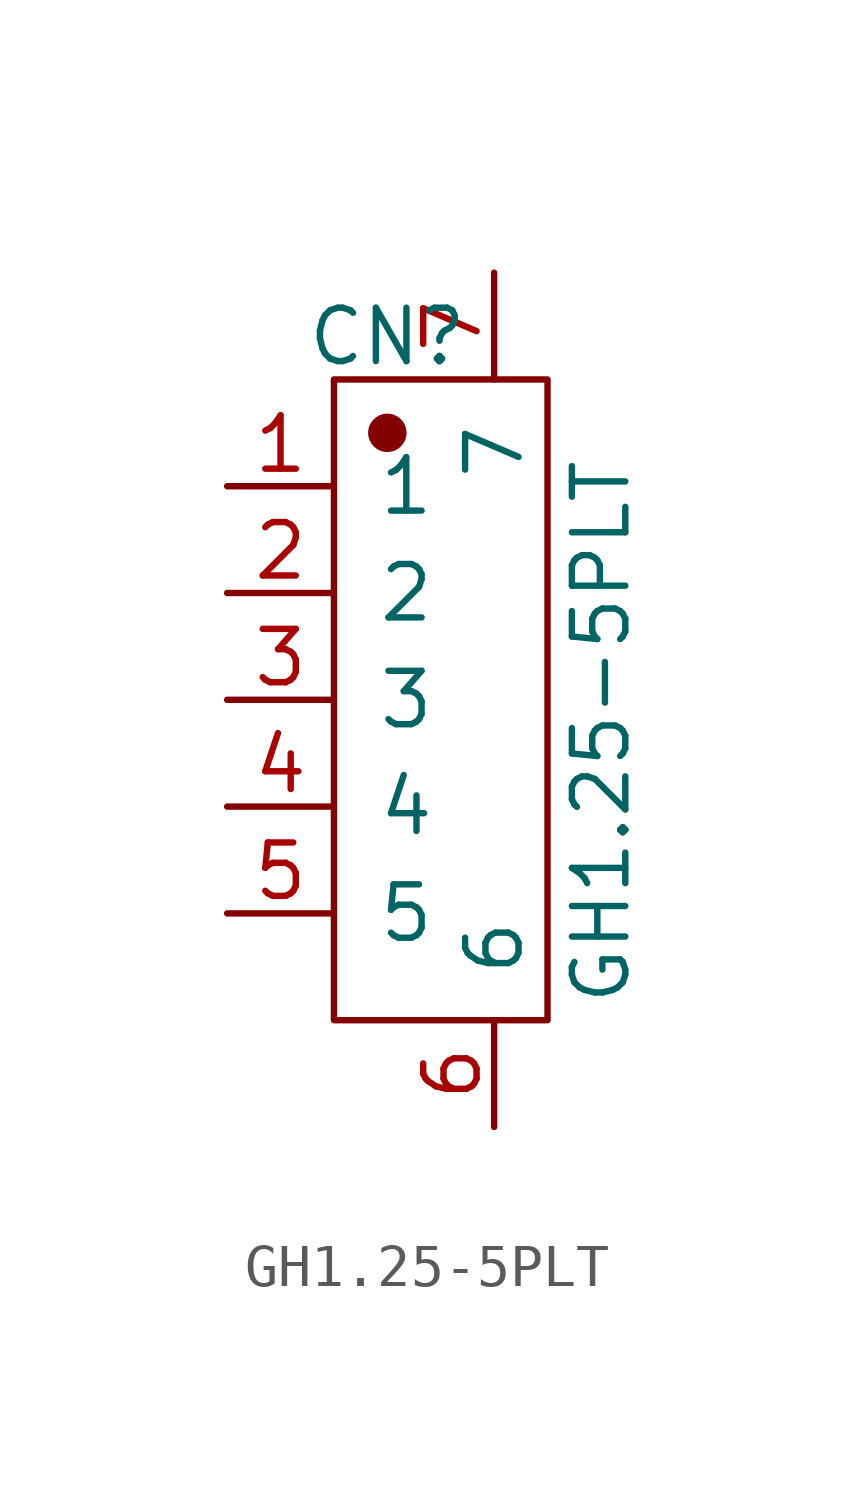
<source format=kicad_sym>
(kicad_symbol_lib
  (version 20231120)
  (generator "kicad_symbol_editor")
  (generator_version "8.0")
  (symbol "GH1.25-5PLT"
    (pin_names
      (offset 1.016))
    (property "Reference" "CN"
      (at -1.27 8.636 0)
      (effects (font (size 1.27 1.27))))
    (property "Value" "GH1.25-5PLT"
      (at 3.81 -0.762 90)
      (effects (font (size 1.27 1.27))))
    (symbol "GH1.25-5PLT_1_1"
      (rectangle (start -2.54 7.62) (end 2.54 -7.62) (stroke (width 0.152) (type solid)) (fill (type none)))
      (circle (center -1.27 6.35) (radius 0.381) (stroke (width 0.152) (type solid)) (fill (type outline)))
      (pin input line (at -5.08 5.08 0) (length 2.54) (name "1" (effects (font (size 1.27 1.27)))) (number "1" (effects (font (size 1.27 1.27)))))
      (pin input line (at -5.08 2.54 0) (length 2.54) (name "2" (effects (font (size 1.27 1.27)))) (number "2" (effects (font (size 1.27 1.27)))))
      (pin input line (at -5.08 0 0) (length 2.54) (name "3" (effects (font (size 1.27 1.27)))) (number "3" (effects (font (size 1.27 1.27)))))
      (pin input line (at -5.08 -2.54 0) (length 2.54) (name "4" (effects (font (size 1.27 1.27)))) (number "4" (effects (font (size 1.27 1.27)))))
      (pin input line (at -5.08 -5.08 0) (length 2.54) (name "5" (effects (font (size 1.27 1.27)))) (number "5" (effects (font (size 1.27 1.27)))))
      (pin input line (at 1.27 -10.16 90) (length 2.54) (name "6" (effects (font (size 1.27 1.27)))) (number "6" (effects (font (size 1.27 1.27)))))
      (pin input line (at 1.27 10.16 270) (length 2.54) (name "7" (effects (font (size 1.27 1.27)))) (number "7" (effects (font (size 1.27 1.27))))))))
</source>
